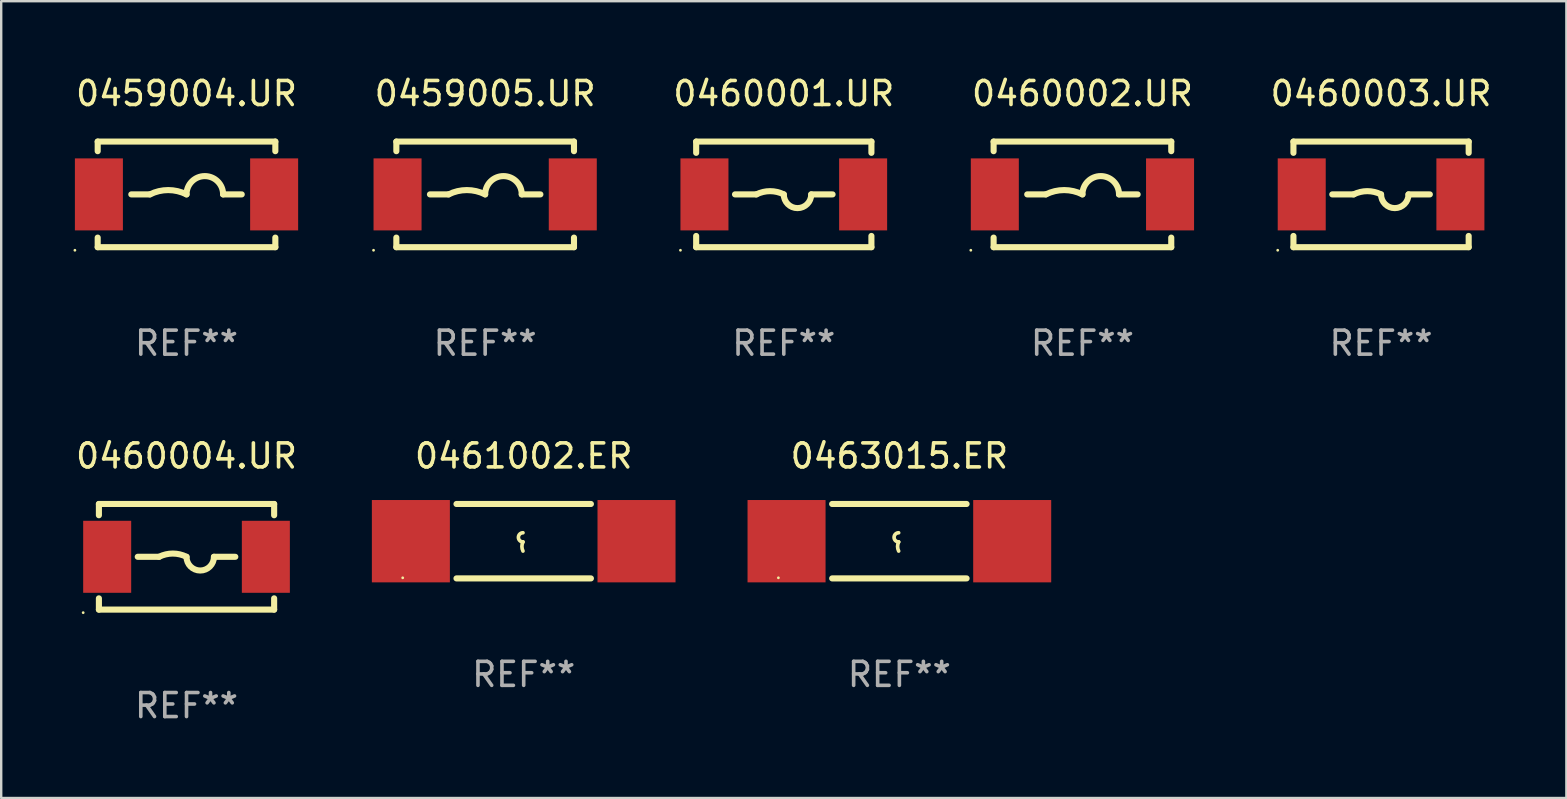
<source format=kicad_pcb>
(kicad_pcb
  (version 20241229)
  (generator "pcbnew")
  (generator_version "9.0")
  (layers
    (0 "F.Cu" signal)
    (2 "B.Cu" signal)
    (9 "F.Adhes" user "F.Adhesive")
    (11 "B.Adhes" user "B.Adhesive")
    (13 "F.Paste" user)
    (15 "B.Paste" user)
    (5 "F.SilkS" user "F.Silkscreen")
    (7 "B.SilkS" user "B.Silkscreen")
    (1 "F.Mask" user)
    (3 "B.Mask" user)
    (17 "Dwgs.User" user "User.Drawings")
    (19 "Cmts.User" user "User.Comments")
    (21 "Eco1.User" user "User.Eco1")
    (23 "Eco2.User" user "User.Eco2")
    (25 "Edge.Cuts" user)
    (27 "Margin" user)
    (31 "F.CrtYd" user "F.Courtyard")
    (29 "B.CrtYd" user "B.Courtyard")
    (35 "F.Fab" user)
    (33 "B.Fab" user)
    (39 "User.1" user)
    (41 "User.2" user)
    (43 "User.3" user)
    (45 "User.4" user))
  (footprint "0460003.UR"
    (layer "F.Cu")
    (at 54.482 5.048)
    (property "Reference" "0460003.UR" (at 0 -4.2 0) (layer "F.SilkS") (effects (font (size 1 1) (thickness 0.15))))
    (attr through_hole)
    (fp_line (start -3.65 -2.2) (end -3.65 -1.731) (stroke (width 0.254) (type solid)) (layer "F.SilkS"))
    (fp_line (start -3.65 -2.2) (end 3.65 -2.2) (stroke (width 0.254) (type solid)) (layer "F.SilkS"))
    (fp_line (start -3.65 1.731) (end -3.65 2.2) (stroke (width 0.254) (type solid)) (layer "F.SilkS"))
    (fp_line (start -3.65 2.2) (end 3.65 2.2) (stroke (width 0.254) (type solid)) (layer "F.SilkS"))
    (fp_line (start -2.032 0) (end -1.143 0) (stroke (width 0.254) (type solid)) (layer "F.SilkS"))
    (fp_line (start 2.032 0) (end 1.143 0) (stroke (width 0.254) (type solid)) (layer "F.SilkS"))
    (fp_line (start 3.65 -2.2) (end 3.65 -1.731) (stroke (width 0.254) (type solid)) (layer "F.SilkS"))
    (fp_line (start 3.65 1.731) (end 3.65 2.2) (stroke (width 0.254) (type solid)) (layer "F.SilkS"))
    (fp_arc (start -1.14299 0) (mid -0.571489 -0.134914) (end 0.000012 -0.000001) (stroke (width 0.254001) (type solid)) (layer "F.SilkS"))
    (fp_arc (start 1.143015 0) (mid 0.571285 0.57173) (end -0.000445 0) (stroke (width 0.254001) (type solid)) (layer "F.SilkS"))
    (fp_circle (center -4.305 2.327) (end -4.275 2.327) (stroke (width 0.06) (type solid)) (fill no) (layer "F.SilkS"))
    (fp_text user "REF**" (at 0 6.2 0) (layer "F.Fab") (effects (font (size 1 1) (thickness 0.15))))
    (pad "1" smd rect (at -3.305 0) (size 2 3) (layers "F.Cu" "F.Mask" "F.Paste"))
    (pad "2" smd rect (at 3.305 0) (size 2 3) (layers "F.Cu" "F.Mask" "F.Paste")))
  (footprint "0461002.ER"
    (layer "F.Cu")
    (at 18.766 19.495)
    (property "Reference" "0461002.ER" (at 0 -3.55 0) (layer "F.SilkS") (effects (font (size 1 1) (thickness 0.15))))
    (attr through_hole)
    (fp_line (start -2.8 -1.55) (end 2.8 -1.55) (stroke (width 0.254) (type solid)) (layer "F.SilkS"))
    (fp_line (start -2.8 1.55) (end 2.8 1.55) (stroke (width 0.254) (type solid)) (layer "F.SilkS"))
    (fp_arc (start -0.029896 0.030074) (mid -0.220397 -0.160427) (end -0.029896 -0.350928) (stroke (width 0.151994) (type solid)) (layer "F.SilkS"))
    (fp_arc (start -0.029896 0.411075) (mid -0.074867 0.220574) (end -0.029896 0.030074) (stroke (width 0.151994) (type solid)) (layer "F.SilkS"))
    (fp_circle (center -5.04 1.525) (end -5.01 1.525) (stroke (width 0.06) (type solid)) (fill no) (layer "F.SilkS"))
    (fp_text user "REF**" (at 0 5.55 0) (layer "F.Fab") (effects (font (size 1 1) (thickness 0.15))))
    (pad "1" smd rect (at -4.7 0) (size 3.25 3.43) (layers "F.Cu" "F.Mask" "F.Paste"))
    (pad "2" smd rect (at 4.7 0) (size 3.25 3.43) (layers "F.Cu" "F.Mask" "F.Paste")))
  (footprint "0460002.UR"
    (layer "F.Cu")
    (at 42.042 5.048)
    (property "Reference" "0460002.UR" (at 0 -4.2 0) (layer "F.SilkS") (effects (font (size 1 1) (thickness 0.15))))
    (attr through_hole)
    (fp_line (start -3.7 -2.2) (end 3.7 -2.2) (stroke (width 0.254) (type solid)) (layer "F.SilkS"))
    (fp_line (start -3.7 -1.8) (end -3.7 -2.2) (stroke (width 0.254) (type solid)) (layer "F.SilkS"))
    (fp_line (start -3.7 2.2) (end -3.7 1.8) (stroke (width 0.254) (type solid)) (layer "F.SilkS"))
    (fp_line (start -2.3 0) (end -1.524 0) (stroke (width 0.254) (type solid)) (layer "F.SilkS"))
    (fp_line (start 2.3 0) (end 1.524 0) (stroke (width 0.254) (type solid)) (layer "F.SilkS"))
    (fp_line (start 3.7 -1.8) (end 3.7 -2.2) (stroke (width 0.254) (type solid)) (layer "F.SilkS"))
    (fp_line (start 3.7 2.2) (end -3.7 2.2) (stroke (width 0.254) (type solid)) (layer "F.SilkS"))
    (fp_line (start 3.7 2.2) (end 3.7 1.8) (stroke (width 0.254) (type solid)) (layer "F.SilkS"))
    (fp_arc (start -1.524003 0) (mid -0.762002 -0.179884) (end 0 0) (stroke (width 0.254001) (type solid)) (layer "F.SilkS"))
    (fp_arc (start 0.000001 0) (mid 0.762002 -0.762001) (end 1.524003 0) (stroke (width 0.254001) (type solid)) (layer "F.SilkS"))
    (fp_circle (center -4.65 2.327) (end -4.62 2.327) (stroke (width 0.06) (type solid)) (fill no) (layer "F.SilkS"))
    (fp_text user "REF**" (at 0 6.2 0) (layer "F.Fab") (effects (font (size 1 1) (thickness 0.15))))
    (pad "1" smd rect (at -3.65 0 90) (size 3 2) (layers "F.Cu" "F.Mask" "F.Paste"))
    (pad "2" smd rect (at 3.65 0 90) (size 3 2) (layers "F.Cu" "F.Mask" "F.Paste")))
  (footprint "0463015.ER"
    (layer "F.Cu")
    (at 34.416 19.495)
    (property "Reference" "0463015.ER" (at 0 -3.55 0) (layer "F.SilkS") (effects (font (size 1 1) (thickness 0.15))))
    (attr through_hole)
    (fp_line (start -2.8 -1.55) (end 2.8 -1.55) (stroke (width 0.254) (type solid)) (layer "F.SilkS"))
    (fp_line (start -2.8 1.55) (end 2.8 1.55) (stroke (width 0.254) (type solid)) (layer "F.SilkS"))
    (fp_arc (start -0.029896 0.030074) (mid -0.220397 -0.160427) (end -0.029896 -0.350928) (stroke (width 0.151994) (type solid)) (layer "F.SilkS"))
    (fp_arc (start -0.029896 0.411075) (mid -0.074867 0.220574) (end -0.029896 0.030074) (stroke (width 0.151994) (type solid)) (layer "F.SilkS"))
    (fp_circle (center -5.04 1.525) (end -5.01 1.525) (stroke (width 0.06) (type solid)) (fill no) (layer "F.SilkS"))
    (fp_text user "REF**" (at 0 5.55 0) (layer "F.Fab") (effects (font (size 1 1) (thickness 0.15))))
    (pad "1" smd rect (at -4.7 0) (size 3.25 3.43) (layers "F.Cu" "F.Mask" "F.Paste"))
    (pad "2" smd rect (at 4.7 0) (size 3.25 3.43) (layers "F.Cu" "F.Mask" "F.Paste")))
  (footprint "0459005.UR"
    (layer "F.Cu")
    (at 17.161 5.048)
    (property "Reference" "0459005.UR" (at 0 -4.2 0) (layer "F.SilkS") (effects (font (size 1 1) (thickness 0.15))))
    (attr through_hole)
    (fp_line (start -3.7 -2.2) (end 3.7 -2.2) (stroke (width 0.254) (type solid)) (layer "F.SilkS"))
    (fp_line (start -3.7 -1.8) (end -3.7 -2.2) (stroke (width 0.254) (type solid)) (layer "F.SilkS"))
    (fp_line (start -3.7 2.2) (end -3.7 1.8) (stroke (width 0.254) (type solid)) (layer "F.SilkS"))
    (fp_line (start -2.3 0) (end -1.524 0) (stroke (width 0.254) (type solid)) (layer "F.SilkS"))
    (fp_line (start 2.3 0) (end 1.524 0) (stroke (width 0.254) (type solid)) (layer "F.SilkS"))
    (fp_line (start 3.7 -1.8) (end 3.7 -2.2) (stroke (width 0.254) (type solid)) (layer "F.SilkS"))
    (fp_line (start 3.7 2.2) (end -3.7 2.2) (stroke (width 0.254) (type solid)) (layer "F.SilkS"))
    (fp_line (start 3.7 2.2) (end 3.7 1.8) (stroke (width 0.254) (type solid)) (layer "F.SilkS"))
    (fp_arc (start -1.524003 0) (mid -0.762002 -0.179884) (end 0 0) (stroke (width 0.254001) (type solid)) (layer "F.SilkS"))
    (fp_arc (start 0.000001 0) (mid 0.762002 -0.762001) (end 1.524003 0) (stroke (width 0.254001) (type solid)) (layer "F.SilkS"))
    (fp_circle (center -4.65 2.327) (end -4.62 2.327) (stroke (width 0.06) (type solid)) (fill no) (layer "F.SilkS"))
    (fp_text user "REF**" (at 0 6.2 0) (layer "F.Fab") (effects (font (size 1 1) (thickness 0.15))))
    (pad "1" smd rect (at -3.65 0 90) (size 3 2) (layers "F.Cu" "F.Mask" "F.Paste"))
    (pad "2" smd rect (at 3.65 0 90) (size 3 2) (layers "F.Cu" "F.Mask" "F.Paste")))
  (footprint "0459004.UR"
    (layer "F.Cu")
    (at 4.72 5.048)
    (property "Reference" "0459004.UR" (at 0 -4.2 0) (layer "F.SilkS") (effects (font (size 1 1) (thickness 0.15))))
    (attr through_hole)
    (fp_line (start -3.7 -2.2) (end 3.7 -2.2) (stroke (width 0.254) (type solid)) (layer "F.SilkS"))
    (fp_line (start -3.7 -1.8) (end -3.7 -2.2) (stroke (width 0.254) (type solid)) (layer "F.SilkS"))
    (fp_line (start -3.7 2.2) (end -3.7 1.8) (stroke (width 0.254) (type solid)) (layer "F.SilkS"))
    (fp_line (start -2.3 0) (end -1.524 0) (stroke (width 0.254) (type solid)) (layer "F.SilkS"))
    (fp_line (start 2.3 0) (end 1.524 0) (stroke (width 0.254) (type solid)) (layer "F.SilkS"))
    (fp_line (start 3.7 -1.8) (end 3.7 -2.2) (stroke (width 0.254) (type solid)) (layer "F.SilkS"))
    (fp_line (start 3.7 2.2) (end -3.7 2.2) (stroke (width 0.254) (type solid)) (layer "F.SilkS"))
    (fp_line (start 3.7 2.2) (end 3.7 1.8) (stroke (width 0.254) (type solid)) (layer "F.SilkS"))
    (fp_arc (start -1.524003 0) (mid -0.762002 -0.179884) (end 0 0) (stroke (width 0.254001) (type solid)) (layer "F.SilkS"))
    (fp_arc (start 0.000001 0) (mid 0.762002 -0.762001) (end 1.524003 0) (stroke (width 0.254001) (type solid)) (layer "F.SilkS"))
    (fp_circle (center -4.65 2.327) (end -4.62 2.327) (stroke (width 0.06) (type solid)) (fill no) (layer "F.SilkS"))
    (fp_text user "REF**" (at 0 6.2 0) (layer "F.Fab") (effects (font (size 1 1) (thickness 0.15))))
    (pad "1" smd rect (at -3.65 0 90) (size 3 2) (layers "F.Cu" "F.Mask" "F.Paste"))
    (pad "2" smd rect (at 3.65 0 90) (size 3 2) (layers "F.Cu" "F.Mask" "F.Paste")))
  (footprint "0460001.UR"
    (layer "F.Cu")
    (at 29.601 5.048)
    (property "Reference" "0460001.UR" (at 0 -4.2 0) (layer "F.SilkS") (effects (font (size 1 1) (thickness 0.15))))
    (attr through_hole)
    (fp_line (start -3.65 -2.2) (end -3.65 -1.731) (stroke (width 0.254) (type solid)) (layer "F.SilkS"))
    (fp_line (start -3.65 -2.2) (end 3.65 -2.2) (stroke (width 0.254) (type solid)) (layer "F.SilkS"))
    (fp_line (start -3.65 1.731) (end -3.65 2.2) (stroke (width 0.254) (type solid)) (layer "F.SilkS"))
    (fp_line (start -3.65 2.2) (end 3.65 2.2) (stroke (width 0.254) (type solid)) (layer "F.SilkS"))
    (fp_line (start -2.032 0) (end -1.143 0) (stroke (width 0.254) (type solid)) (layer "F.SilkS"))
    (fp_line (start 2.032 0) (end 1.143 0) (stroke (width 0.254) (type solid)) (layer "F.SilkS"))
    (fp_line (start 3.65 -2.2) (end 3.65 -1.731) (stroke (width 0.254) (type solid)) (layer "F.SilkS"))
    (fp_line (start 3.65 1.731) (end 3.65 2.2) (stroke (width 0.254) (type solid)) (layer "F.SilkS"))
    (fp_arc (start -1.14299 0) (mid -0.571489 -0.134914) (end 0.000012 -0.000001) (stroke (width 0.254001) (type solid)) (layer "F.SilkS"))
    (fp_arc (start 1.143015 0) (mid 0.571285 0.57173) (end -0.000445 0) (stroke (width 0.254001) (type solid)) (layer "F.SilkS"))
    (fp_circle (center -4.305 2.327) (end -4.275 2.327) (stroke (width 0.06) (type solid)) (fill no) (layer "F.SilkS"))
    (fp_text user "REF**" (at 0 6.2 0) (layer "F.Fab") (effects (font (size 1 1) (thickness 0.15))))
    (pad "1" smd rect (at -3.305 0) (size 2 3) (layers "F.Cu" "F.Mask" "F.Paste"))
    (pad "2" smd rect (at 3.305 0) (size 2 3) (layers "F.Cu" "F.Mask" "F.Paste")))
  (footprint "0460004.UR"
    (layer "F.Cu")
    (at 4.72 20.145)
    (property "Reference" "0460004.UR" (at 0 -4.2 0) (layer "F.SilkS") (effects (font (size 1 1) (thickness 0.15))))
    (attr through_hole)
    (fp_line (start -3.65 -2.2) (end -3.65 -1.731) (stroke (width 0.254) (type solid)) (layer "F.SilkS"))
    (fp_line (start -3.65 -2.2) (end 3.65 -2.2) (stroke (width 0.254) (type solid)) (layer "F.SilkS"))
    (fp_line (start -3.65 1.731) (end -3.65 2.2) (stroke (width 0.254) (type solid)) (layer "F.SilkS"))
    (fp_line (start -3.65 2.2) (end 3.65 2.2) (stroke (width 0.254) (type solid)) (layer "F.SilkS"))
    (fp_line (start -2.032 0) (end -1.143 0) (stroke (width 0.254) (type solid)) (layer "F.SilkS"))
    (fp_line (start 2.032 0) (end 1.143 0) (stroke (width 0.254) (type solid)) (layer "F.SilkS"))
    (fp_line (start 3.65 -2.2) (end 3.65 -1.731) (stroke (width 0.254) (type solid)) (layer "F.SilkS"))
    (fp_line (start 3.65 1.731) (end 3.65 2.2) (stroke (width 0.254) (type solid)) (layer "F.SilkS"))
    (fp_arc (start -1.14299 0) (mid -0.571489 -0.134914) (end 0.000012 -0.000001) (stroke (width 0.254001) (type solid)) (layer "F.SilkS"))
    (fp_arc (start 1.143015 0) (mid 0.571285 0.57173) (end -0.000445 0) (stroke (width 0.254001) (type solid)) (layer "F.SilkS"))
    (fp_circle (center -4.305 2.327) (end -4.275 2.327) (stroke (width 0.06) (type solid)) (fill no) (layer "F.SilkS"))
    (fp_text user "REF**" (at 0 6.2 0) (layer "F.Fab") (effects (font (size 1 1) (thickness 0.15))))
    (pad "1" smd rect (at -3.305 0) (size 2 3) (layers "F.Cu" "F.Mask" "F.Paste"))
    (pad "2" smd rect (at 3.305 0) (size 2 3) (layers "F.Cu" "F.Mask" "F.Paste")))
  (gr_rect
    (start -3 -3)
    (end 62.202 30.193)
    (stroke (width 0.1) (type default))
    (fill no)
    (layer "Edge.Cuts")))
</source>
